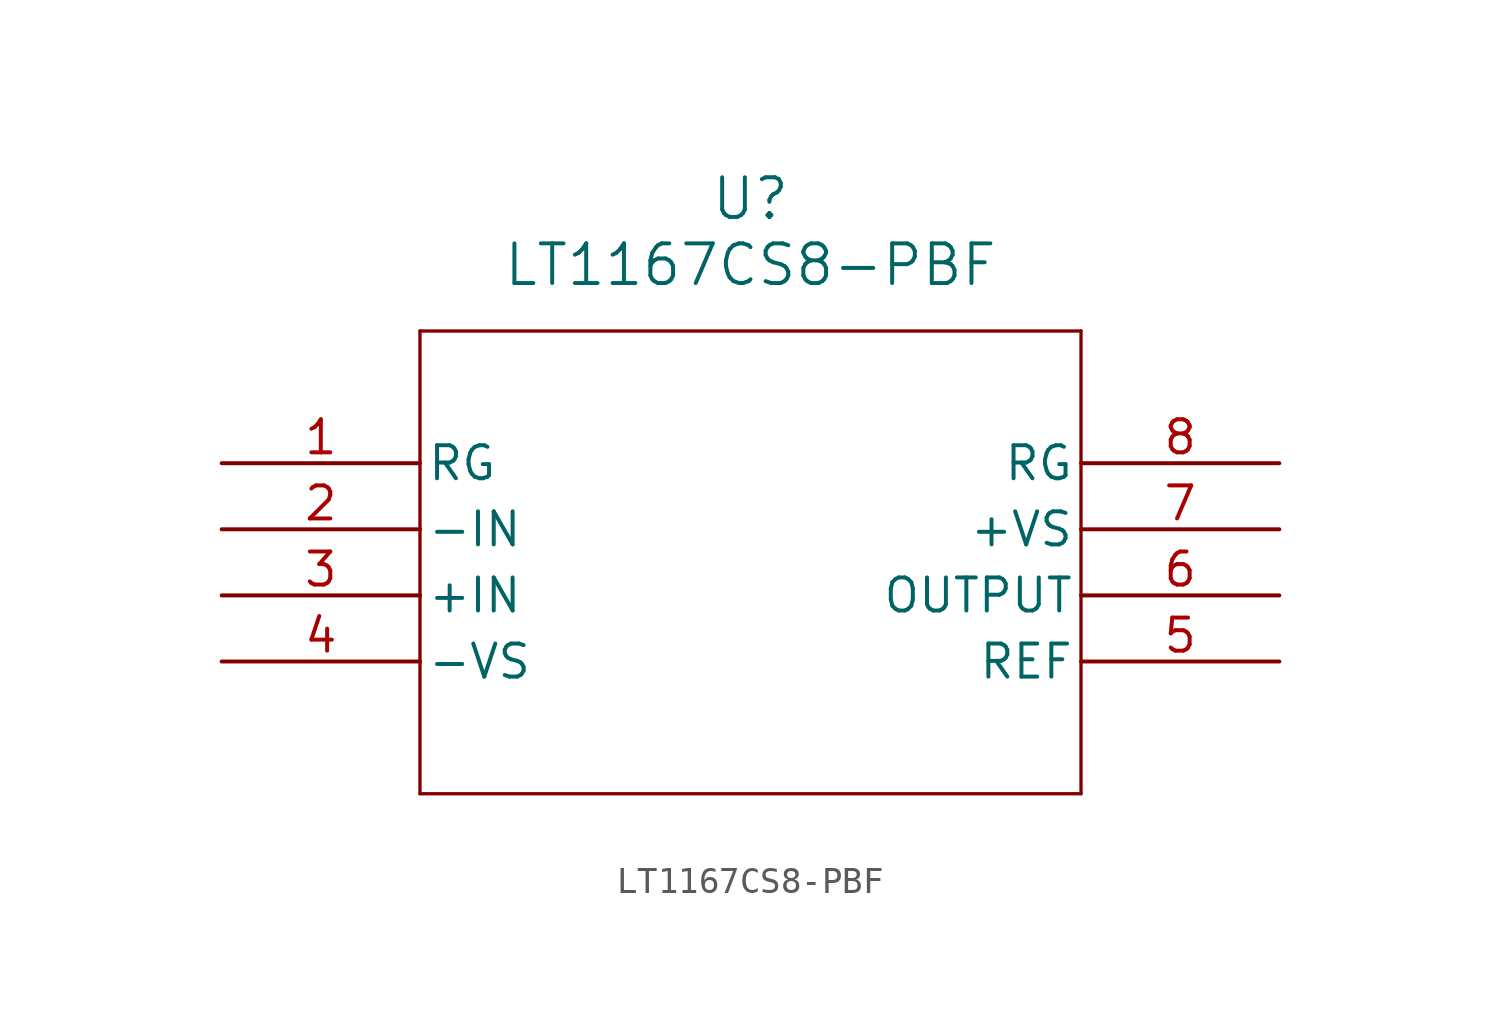
<source format=kicad_sym>
(kicad_symbol_lib
  (version 20220914)
  (generator kicad_symbol_editor)
  (symbol "LT1167CS8-PBF"
    (pin_names
      (offset 0.254))
    (property "Reference" "U"
      (at 20.32 10.16 0)
      (effects (font (size 1.524 1.524))))
    (property "Value" "LT1167CS8-PBF"
      (at 20.32 7.62 0)
      (effects (font (size 1.524 1.524))))
    (property "ki_locked" ""
      (at 0 0 0)
      (effects (font (size 1.27 1.27))))
    (symbol "LT1167CS8-PBF_0_1"
      (polyline (pts (xy 7.62 -12.7) (xy 33.02 -12.7)) (stroke (width 0.127) (type default)) (fill (type none)))
      (polyline (pts (xy 7.62 5.08) (xy 7.62 -12.7)) (stroke (width 0.127) (type default)) (fill (type none)))
      (polyline (pts (xy 33.02 -12.7) (xy 33.02 5.08)) (stroke (width 0.127) (type default)) (fill (type none)))
      (polyline (pts (xy 33.02 5.08) (xy 7.62 5.08)) (stroke (width 0.127) (type default)) (fill (type none)))
      (pin unspecified line (at 0 0 0) (length 7.62) (name "RG" (effects (font (size 1.27 1.27)))) (number "1" (effects (font (size 1.27 1.27)))))
      (pin input line (at 0 -2.54 0) (length 7.62) (name "-IN" (effects (font (size 1.27 1.27)))) (number "2" (effects (font (size 1.27 1.27)))))
      (pin input line (at 0 -5.08 0) (length 7.62) (name "+IN" (effects (font (size 1.27 1.27)))) (number "3" (effects (font (size 1.27 1.27)))))
      (pin power_in line (at 0 -7.62 0) (length 7.62) (name "-VS" (effects (font (size 1.27 1.27)))) (number "4" (effects (font (size 1.27 1.27)))))
      (pin unspecified line (at 40.64 -7.62 180) (length 7.62) (name "REF" (effects (font (size 1.27 1.27)))) (number "5" (effects (font (size 1.27 1.27)))))
      (pin output line (at 40.64 -5.08 180) (length 7.62) (name "OUTPUT" (effects (font (size 1.27 1.27)))) (number "6" (effects (font (size 1.27 1.27)))))
      (pin power_in line (at 40.64 -2.54 180) (length 7.62) (name "+VS" (effects (font (size 1.27 1.27)))) (number "7" (effects (font (size 1.27 1.27)))))
      (pin unspecified line (at 40.64 0 180) (length 7.62) (name "RG" (effects (font (size 1.27 1.27)))) (number "8" (effects (font (size 1.27 1.27))))))))
</source>
